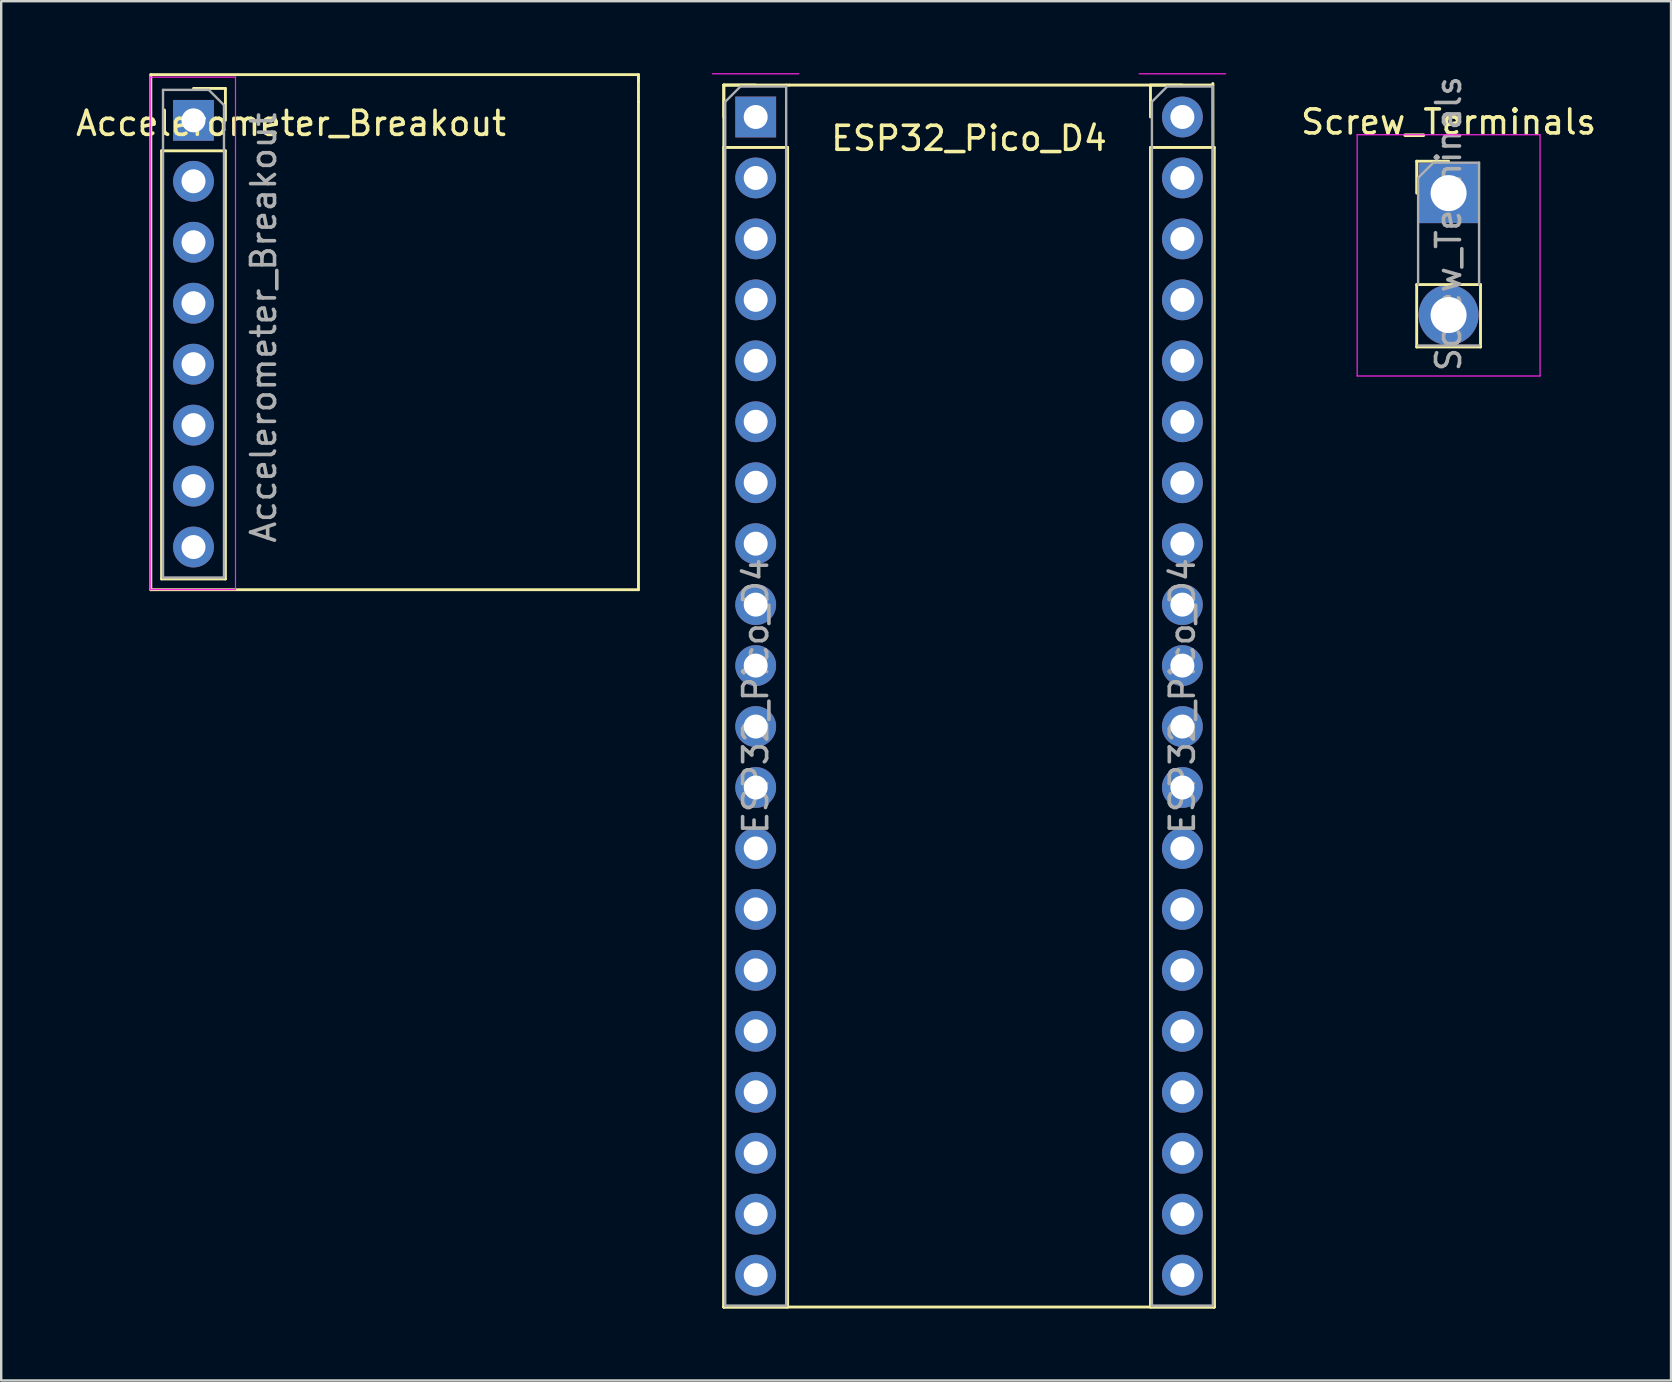
<source format=kicad_pcb>
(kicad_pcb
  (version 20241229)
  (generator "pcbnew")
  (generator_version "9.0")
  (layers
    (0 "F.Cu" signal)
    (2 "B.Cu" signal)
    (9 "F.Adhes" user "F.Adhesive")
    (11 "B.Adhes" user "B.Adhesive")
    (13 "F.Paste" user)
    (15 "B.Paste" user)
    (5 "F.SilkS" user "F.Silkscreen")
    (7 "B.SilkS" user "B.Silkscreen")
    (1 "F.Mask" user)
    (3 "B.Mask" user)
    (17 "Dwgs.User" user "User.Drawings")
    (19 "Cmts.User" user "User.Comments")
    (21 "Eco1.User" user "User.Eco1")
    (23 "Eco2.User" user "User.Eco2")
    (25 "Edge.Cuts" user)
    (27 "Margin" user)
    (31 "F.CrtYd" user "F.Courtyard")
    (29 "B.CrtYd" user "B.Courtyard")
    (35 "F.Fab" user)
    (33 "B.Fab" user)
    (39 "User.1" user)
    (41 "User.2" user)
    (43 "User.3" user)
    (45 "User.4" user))
  (footprint "Accelerometer_Breakout"
    (layer "F.Cu")
    (at 5.013 1.965)
    (property "Reference" "Accelerometer_Breakout" (at 4.064 0.127 0) (layer "F.SilkS") (effects (font (size 1 1) (thickness 0.15))))
    (attr through_hole)
    (fp_line (start -1.778 -1.905) (end -1.778 19.558) (stroke (width 0.12) (type solid)) (layer "F.SilkS"))
    (fp_line (start -1.778 19.558) (end 18.542 19.558) (stroke (width 0.12) (type solid)) (layer "F.SilkS"))
    (fp_line (start -1.33 1.27) (end -1.33 19.11) (stroke (width 0.12) (type solid)) (layer "F.SilkS"))
    (fp_line (start -1.33 1.27) (end 1.33 1.27) (stroke (width 0.12) (type solid)) (layer "F.SilkS"))
    (fp_line (start -1.33 19.11) (end 1.33 19.11) (stroke (width 0.12) (type solid)) (layer "F.SilkS"))
    (fp_line (start 0 -1.33) (end 1.33 -1.33) (stroke (width 0.12) (type solid)) (layer "F.SilkS"))
    (fp_line (start 1.33 -1.33) (end 1.33 0) (stroke (width 0.12) (type solid)) (layer "F.SilkS"))
    (fp_line (start 1.33 1.27) (end 1.33 19.11) (stroke (width 0.12) (type solid)) (layer "F.SilkS"))
    (fp_line (start 18.542 -1.905) (end -1.778 -1.905) (stroke (width 0.12) (type solid)) (layer "F.SilkS"))
    (fp_line (start 18.542 -1.778) (end 18.542 -1.905) (stroke (width 0.12) (type solid)) (layer "F.SilkS"))
    (fp_line (start 18.542 -1.651) (end 18.542 -1.778) (stroke (width 0.12) (type solid)) (layer "F.SilkS"))
    (fp_line (start 18.542 -0.762) (end 18.542 -1.651) (stroke (width 0.12) (type solid)) (layer "F.SilkS"))
    (fp_line (start 18.542 19.558) (end 18.542 -0.762) (stroke (width 0.12) (type solid)) (layer "F.SilkS"))
    (fp_line (start -1.8 -1.8) (end 1.75 -1.8) (stroke (width 0.05) (type solid)) (layer "F.CrtYd"))
    (fp_line (start -1.8 19.55) (end -1.8 -1.8) (stroke (width 0.05) (type solid)) (layer "F.CrtYd"))
    (fp_line (start 1.75 -1.8) (end 1.75 19.55) (stroke (width 0.05) (type solid)) (layer "F.CrtYd"))
    (fp_line (start 1.75 19.55) (end -1.8 19.55) (stroke (width 0.05) (type solid)) (layer "F.CrtYd"))
    (fp_line (start -1.27 -1.27) (end 0.635 -1.27) (stroke (width 0.1) (type solid)) (layer "F.Fab"))
    (fp_line (start -1.27 19.05) (end -1.27 -1.27) (stroke (width 0.1) (type solid)) (layer "F.Fab"))
    (fp_line (start 0.635 -1.27) (end 1.27 -0.635) (stroke (width 0.1) (type solid)) (layer "F.Fab"))
    (fp_line (start 1.27 -0.635) (end 1.27 19.05) (stroke (width 0.1) (type solid)) (layer "F.Fab"))
    (fp_line (start 1.27 19.05) (end -1.27 19.05) (stroke (width 0.1) (type solid)) (layer "F.Fab"))
    (fp_text user "${REFERENCE}" (at 2.921 8.636 90) (layer "F.Fab") (effects (font (size 1 1) (thickness 0.15))))
    (pad "1" thru_hole rect (at 0 0) (size 1.7 1.7) (drill 1) (layers "*.Cu" "*.Mask"))
    (pad "2" thru_hole oval (at 0 2.54) (size 1.7 1.7) (drill 1) (layers "*.Cu" "*.Mask"))
    (pad "3" thru_hole oval (at 0 5.08) (size 1.7 1.7) (drill 1) (layers "*.Cu" "*.Mask"))
    (pad "4" thru_hole oval (at 0 7.62) (size 1.7 1.7) (drill 1) (layers "*.Cu" "*.Mask"))
    (pad "5" thru_hole oval (at 0 10.16) (size 1.7 1.7) (drill 1) (layers "*.Cu" "*.Mask"))
    (pad "6" thru_hole oval (at 0 12.7) (size 1.7 1.7) (drill 1) (layers "*.Cu" "*.Mask"))
    (pad "7" thru_hole oval (at 0 15.24) (size 1.7 1.7) (drill 1) (layers "*.Cu" "*.Mask"))
    (pad "8" thru_hole oval (at 0 17.78) (size 1.7 1.7) (drill 1) (layers "*.Cu" "*.Mask")))
  (footprint "ESP32_Pico_D4"
    (layer "F.Cu")
    (at 37.33 0.555)
    (property "Reference" "ESP32_Pico_D4" (at 0 2.159 0) (layer "F.SilkS") (effects (font (size 1 1) (thickness 0.15))))
    (attr through_hole)
    (fp_line (start -10.22 -0.06) (end -10.22 50.86) (stroke (width 0.12) (type solid)) (layer "F.SilkS"))
    (fp_line (start -10.22 -0.06) (end -8.89 -0.06) (stroke (width 0.12) (type solid)) (layer "F.SilkS"))
    (fp_line (start -10.22 -0.06) (end -7.62 -0.06) (stroke (width 0.12) (type solid)) (layer "F.SilkS"))
    (fp_line (start -10.22 1.27) (end -10.22 -0.06) (stroke (width 0.12) (type solid)) (layer "F.SilkS"))
    (fp_line (start -10.22 2.54) (end -10.22 50.86) (stroke (width 0.12) (type solid)) (layer "F.SilkS"))
    (fp_line (start -10.22 2.54) (end -7.56 2.54) (stroke (width 0.12) (type solid)) (layer "F.SilkS"))
    (fp_line (start -10.22 50.86) (end -7.56 50.86) (stroke (width 0.12) (type solid)) (layer "F.SilkS"))
    (fp_line (start -10.22 50.86) (end 10.22 50.86) (stroke (width 0.12) (type solid)) (layer "F.SilkS"))
    (fp_line (start -7.62 -0.06) (end -7.493 -0.06) (stroke (width 0.12) (type solid)) (layer "F.SilkS"))
    (fp_line (start -7.56 2.54) (end -7.56 50.86) (stroke (width 0.12) (type solid)) (layer "F.SilkS"))
    (fp_line (start -7.493 -0.06) (end 10.16 -0.06) (stroke (width 0.12) (type solid)) (layer "F.SilkS"))
    (fp_line (start 7.56 -0.06) (end 8.89 -0.06) (stroke (width 0.12) (type solid)) (layer "F.SilkS"))
    (fp_line (start 7.56 1.27) (end 7.56 -0.06) (stroke (width 0.12) (type solid)) (layer "F.SilkS"))
    (fp_line (start 7.56 2.54) (end 7.56 50.86) (stroke (width 0.12) (type solid)) (layer "F.SilkS"))
    (fp_line (start 7.56 2.54) (end 10.22 2.54) (stroke (width 0.12) (type solid)) (layer "F.SilkS"))
    (fp_line (start 7.56 50.86) (end 10.22 50.86) (stroke (width 0.12) (type solid)) (layer "F.SilkS"))
    (fp_line (start 10.22 2.54) (end 10.22 50.86) (stroke (width 0.12) (type solid)) (layer "F.SilkS"))
    (fp_line (start 10.22 50.86) (end 10.16 -0.127) (stroke (width 0.12) (type solid)) (layer "F.SilkS"))
    (fp_line (start -7.09 -0.53) (end -10.69 -0.53) (stroke (width 0.05) (type solid)) (layer "F.CrtYd"))
    (fp_line (start 10.69 -0.53) (end 7.09 -0.53) (stroke (width 0.05) (type solid)) (layer "F.CrtYd"))
    (fp_line (start -10.16 0.635) (end -9.525 0) (stroke (width 0.1) (type solid)) (layer "F.Fab"))
    (fp_line (start -10.16 50.8) (end -10.16 0.635) (stroke (width 0.1) (type solid)) (layer "F.Fab"))
    (fp_line (start -9.525 0) (end -7.62 0) (stroke (width 0.1) (type solid)) (layer "F.Fab"))
    (fp_line (start -7.62 0) (end -7.62 50.8) (stroke (width 0.1) (type solid)) (layer "F.Fab"))
    (fp_line (start -7.62 50.8) (end -10.16 50.8) (stroke (width 0.1) (type solid)) (layer "F.Fab"))
    (fp_line (start 7.62 0.635) (end 8.255 0) (stroke (width 0.1) (type solid)) (layer "F.Fab"))
    (fp_line (start 7.62 50.8) (end 7.62 0.635) (stroke (width 0.1) (type solid)) (layer "F.Fab"))
    (fp_line (start 8.255 0) (end 10.16 0) (stroke (width 0.1) (type solid)) (layer "F.Fab"))
    (fp_line (start 10.16 0) (end 10.16 50.8) (stroke (width 0.1) (type solid)) (layer "F.Fab"))
    (fp_line (start 10.16 50.8) (end 7.62 50.8) (stroke (width 0.1) (type solid)) (layer "F.Fab"))
    (fp_text user "${REFERENCE}" (at 8.89 25.4 90) (layer "F.Fab") (effects (font (size 1 1) (thickness 0.15))))
    (fp_text user "${REFERENCE}" (at -8.89 25.4 90) (layer "F.Fab") (effects (font (size 1 1) (thickness 0.15))))
    (pad "1" thru_hole rect (at -8.89 1.27) (size 1.7 1.7) (drill 1) (layers "*.Cu" "*.Mask"))
    (pad "2" thru_hole oval (at -8.89 3.81) (size 1.7 1.7) (drill 1) (layers "*.Cu" "*.Mask"))
    (pad "3" thru_hole oval (at -8.89 6.35) (size 1.7 1.7) (drill 1) (layers "*.Cu" "*.Mask"))
    (pad "4" thru_hole oval (at -8.89 8.89) (size 1.7 1.7) (drill 1) (layers "*.Cu" "*.Mask"))
    (pad "5" thru_hole oval (at -8.89 11.43) (size 1.7 1.7) (drill 1) (layers "*.Cu" "*.Mask"))
    (pad "6" thru_hole oval (at -8.89 13.97) (size 1.7 1.7) (drill 1) (layers "*.Cu" "*.Mask"))
    (pad "7" thru_hole oval (at -8.89 16.51) (size 1.7 1.7) (drill 1) (layers "*.Cu" "*.Mask"))
    (pad "8" thru_hole oval (at -8.89 19.05) (size 1.7 1.7) (drill 1) (layers "*.Cu" "*.Mask"))
    (pad "9" thru_hole oval (at -8.89 21.59) (size 1.7 1.7) (drill 1) (layers "*.Cu" "*.Mask"))
    (pad "10" thru_hole oval (at -8.89 24.13) (size 1.7 1.7) (drill 1) (layers "*.Cu" "*.Mask"))
    (pad "11" thru_hole oval (at -8.89 26.67) (size 1.7 1.7) (drill 1) (layers "*.Cu" "*.Mask"))
    (pad "12" thru_hole oval (at -8.89 29.21) (size 1.7 1.7) (drill 1) (layers "*.Cu" "*.Mask"))
    (pad "13" thru_hole oval (at -8.89 31.75) (size 1.7 1.7) (drill 1) (layers "*.Cu" "*.Mask"))
    (pad "14" thru_hole oval (at -8.89 34.29) (size 1.7 1.7) (drill 1) (layers "*.Cu" "*.Mask"))
    (pad "15" thru_hole oval (at -8.89 36.83) (size 1.7 1.7) (drill 1) (layers "*.Cu" "*.Mask"))
    (pad "16" thru_hole oval (at -8.89 39.37) (size 1.7 1.7) (drill 1) (layers "*.Cu" "*.Mask"))
    (pad "17" thru_hole oval (at -8.89 41.91) (size 1.7 1.7) (drill 1) (layers "*.Cu" "*.Mask"))
    (pad "18" thru_hole oval (at -8.89 44.45) (size 1.7 1.7) (drill 1) (layers "*.Cu" "*.Mask"))
    (pad "19" thru_hole oval (at -8.89 46.99) (size 1.7 1.7) (drill 1) (layers "*.Cu" "*.Mask"))
    (pad "20" thru_hole oval (at -8.89 49.53) (size 1.7 1.7) (drill 1) (layers "*.Cu" "*.Mask"))
    (pad "21" thru_hole oval (at 8.89 49.53) (size 1.7 1.7) (drill 1) (layers "*.Cu" "*.Mask"))
    (pad "22" thru_hole oval (at 8.89 46.99) (size 1.7 1.7) (drill 1) (layers "*.Cu" "*.Mask"))
    (pad "23" thru_hole oval (at 8.89 44.45) (size 1.7 1.7) (drill 1) (layers "*.Cu" "*.Mask"))
    (pad "24" thru_hole oval (at 8.89 41.91) (size 1.7 1.7) (drill 1) (layers "*.Cu" "*.Mask"))
    (pad "25" thru_hole oval (at 8.89 39.37) (size 1.7 1.7) (drill 1) (layers "*.Cu" "*.Mask"))
    (pad "26" thru_hole oval (at 8.89 36.83) (size 1.7 1.7) (drill 1) (layers "*.Cu" "*.Mask"))
    (pad "27" thru_hole oval (at 8.89 34.29) (size 1.7 1.7) (drill 1) (layers "*.Cu" "*.Mask"))
    (pad "28" thru_hole oval (at 8.89 31.75) (size 1.7 1.7) (drill 1) (layers "*.Cu" "*.Mask"))
    (pad "29" thru_hole oval (at 8.89 29.21) (size 1.7 1.7) (drill 1) (layers "*.Cu" "*.Mask"))
    (pad "30" thru_hole oval (at 8.89 26.67) (size 1.7 1.7) (drill 1) (layers "*.Cu" "*.Mask"))
    (pad "31" thru_hole oval (at 8.89 24.13) (size 1.7 1.7) (drill 1) (layers "*.Cu" "*.Mask"))
    (pad "32" thru_hole oval (at 8.89 21.59) (size 1.7 1.7) (drill 1) (layers "*.Cu" "*.Mask"))
    (pad "33" thru_hole oval (at 8.89 19.05) (size 1.7 1.7) (drill 1) (layers "*.Cu" "*.Mask"))
    (pad "34" thru_hole oval (at 8.89 16.51) (size 1.7 1.7) (drill 1) (layers "*.Cu" "*.Mask"))
    (pad "35" thru_hole oval (at 8.89 13.97) (size 1.7 1.7) (drill 1) (layers "*.Cu" "*.Mask"))
    (pad "36" thru_hole oval (at 8.89 11.43) (size 1.7 1.7) (drill 1) (layers "*.Cu" "*.Mask"))
    (pad "37" thru_hole oval (at 8.89 8.89) (size 1.7 1.7) (drill 1) (layers "*.Cu" "*.Mask"))
    (pad "38" thru_hole oval (at 8.89 6.35) (size 1.7 1.7) (drill 1) (layers "*.Cu" "*.Mask"))
    (pad "39" thru_hole oval (at 8.89 3.81) (size 1.7 1.7) (drill 1) (layers "*.Cu" "*.Mask"))
    (pad "40" thru_hole circle (at 8.89 1.27) (size 1.7 1.7) (drill 1) (layers "*.Cu" "*.Mask")))
  (footprint "Screw_Terminals"
    (layer "F.Cu")
    (at 57.313 4.998)
    (property "Reference" "Screw_Terminals" (at 0 -2.965 0) (layer "F.SilkS") (effects (font (size 1 1) (thickness 0.15))))
    (attr through_hole)
    (fp_line (start -1.33 -1.33) (end 0 -1.33) (stroke (width 0.12) (type solid)) (layer "F.SilkS"))
    (fp_line (start -1.33 0) (end -1.33 -1.33) (stroke (width 0.12) (type solid)) (layer "F.SilkS"))
    (fp_line (start -1.33 3.81) (end -1.33 6.41) (stroke (width 0.12) (type solid)) (layer "F.SilkS"))
    (fp_line (start -1.33 3.81) (end 1.33 3.81) (stroke (width 0.12) (type solid)) (layer "F.SilkS"))
    (fp_line (start -1.33 6.41) (end 1.33 6.41) (stroke (width 0.12) (type solid)) (layer "F.SilkS"))
    (fp_line (start 1.33 3.81) (end 1.33 6.41) (stroke (width 0.12) (type solid)) (layer "F.SilkS"))
    (fp_line (start -3.81 -2.435) (end -3.81 7.62) (stroke (width 0.05) (type solid)) (layer "F.CrtYd"))
    (fp_line (start -3.81 7.62) (end 3.81 7.62) (stroke (width 0.05) (type solid)) (layer "F.CrtYd"))
    (fp_line (start 3.81 -2.435) (end -3.81 -2.435) (stroke (width 0.05) (type solid)) (layer "F.CrtYd"))
    (fp_line (start 3.81 7.62) (end 3.81 -2.435) (stroke (width 0.05) (type solid)) (layer "F.CrtYd"))
    (fp_line (start -1.27 -0.635) (end -0.635 -1.27) (stroke (width 0.1) (type solid)) (layer "F.Fab"))
    (fp_line (start -1.27 3.81) (end -1.27 -0.635) (stroke (width 0.1) (type solid)) (layer "F.Fab"))
    (fp_line (start -0.635 -1.27) (end 1.27 -1.27) (stroke (width 0.1) (type solid)) (layer "F.Fab"))
    (fp_line (start 1.27 -1.27) (end 1.27 3.81) (stroke (width 0.1) (type solid)) (layer "F.Fab"))
    (fp_line (start 1.27 6.35) (end -1.27 6.35) (stroke (width 0.1) (type solid)) (layer "F.Fab"))
    (fp_text user "${REFERENCE}" (at 0 1.27 90) (layer "F.Fab") (effects (font (size 1 1) (thickness 0.15))))
    (pad "1" thru_hole rect (at 0 0) (size 2.5 2.5) (drill 1.5) (layers "*.Cu" "*.Mask"))
    (pad "2" thru_hole oval (at 0 5.08) (size 2.5 2.5) (drill 1.5) (layers "*.Cu" "*.Mask")))
  (gr_rect
    (start -3 -3)
    (end 66.581 54.475)
    (stroke (width 0.1) (type default))
    (fill no)
    (layer "Edge.Cuts")))
</source>
